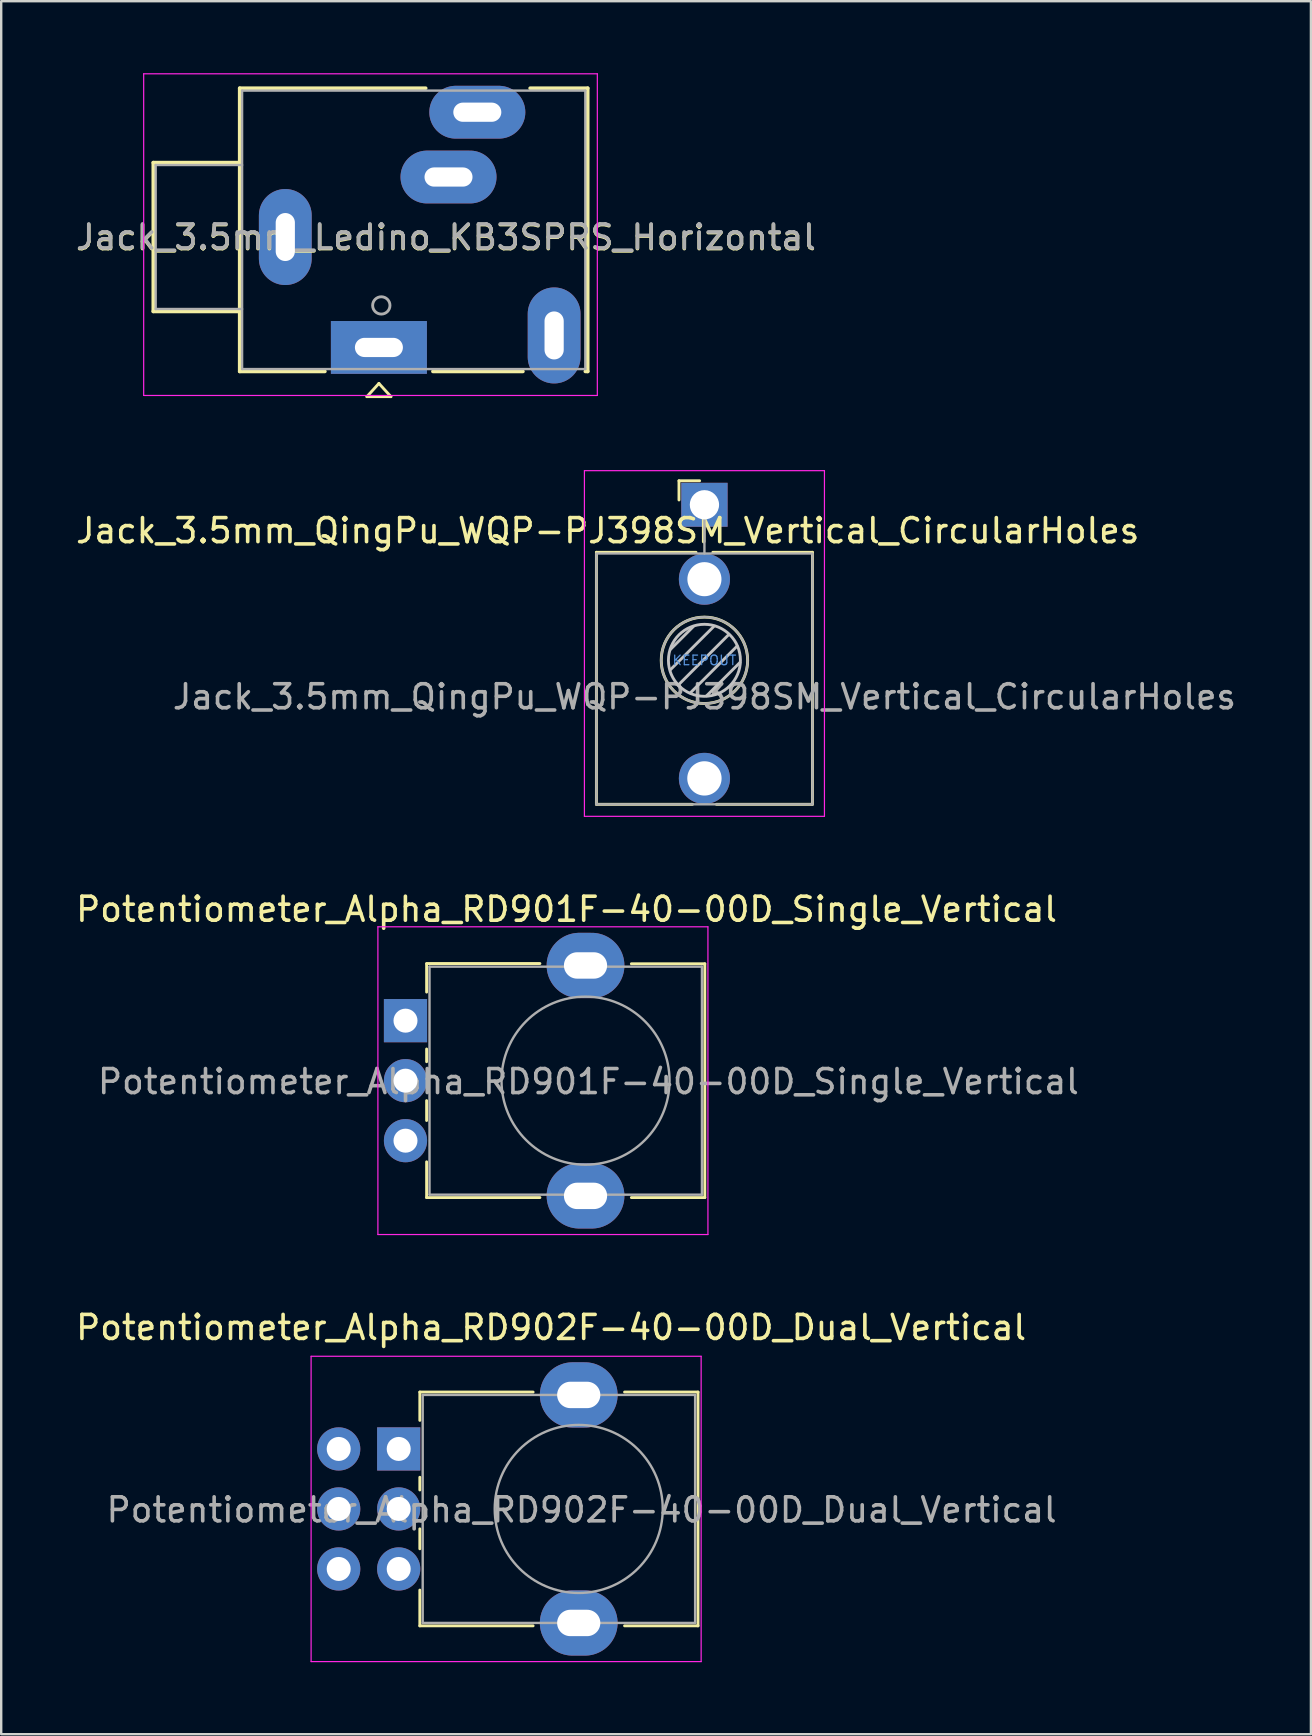
<source format=kicad_pcb>
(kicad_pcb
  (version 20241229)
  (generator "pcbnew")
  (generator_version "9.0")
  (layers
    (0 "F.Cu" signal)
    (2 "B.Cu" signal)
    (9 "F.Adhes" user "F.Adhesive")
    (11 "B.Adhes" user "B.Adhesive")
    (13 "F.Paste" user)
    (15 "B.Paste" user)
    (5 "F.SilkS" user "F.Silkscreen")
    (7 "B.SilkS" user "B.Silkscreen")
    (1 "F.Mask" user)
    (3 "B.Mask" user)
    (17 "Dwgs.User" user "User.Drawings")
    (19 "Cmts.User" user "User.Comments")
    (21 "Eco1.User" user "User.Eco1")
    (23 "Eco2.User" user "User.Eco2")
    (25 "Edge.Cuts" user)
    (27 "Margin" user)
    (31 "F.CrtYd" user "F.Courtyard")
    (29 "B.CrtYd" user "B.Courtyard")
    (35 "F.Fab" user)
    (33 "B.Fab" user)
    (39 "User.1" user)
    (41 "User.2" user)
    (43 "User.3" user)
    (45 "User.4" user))
  (footprint "Potentiometer_Alpha_RD901F-40-00D_Single_Vertical"
    (layer "F.Cu")
    (at 13.844 39.473)
    (property "Reference" "Potentiometer_Alpha_RD901F-40-00D_Single_Vertical" (at 6.71 -4.64 180) (layer "F.SilkS") (effects (font (size 1 1) (thickness 0.15))))
    (attr through_hole)
    (fp_line (start 0.88 -2.38) (end 5.6 -2.38) (stroke (width 0.12) (type solid)) (layer "F.SilkS"))
    (fp_line (start 0.88 -1.19) (end 0.88 -2.37) (stroke (width 0.12) (type solid)) (layer "F.SilkS"))
    (fp_line (start 0.88 1.71) (end 0.88 1.18) (stroke (width 0.12) (type solid)) (layer "F.SilkS"))
    (fp_line (start 0.88 4.16) (end 0.88 3.33) (stroke (width 0.12) (type solid)) (layer "F.SilkS"))
    (fp_line (start 0.88 7.37) (end 0.88 5.88) (stroke (width 0.12) (type solid)) (layer "F.SilkS"))
    (fp_line (start 0.88 7.37) (end 5.6 7.37) (stroke (width 0.12) (type solid)) (layer "F.SilkS"))
    (fp_line (start 9.41 -2.37) (end 12.47 -2.37) (stroke (width 0.12) (type solid)) (layer "F.SilkS"))
    (fp_line (start 9.41 7.37) (end 12.47 7.37) (stroke (width 0.12) (type solid)) (layer "F.SilkS"))
    (fp_line (start 12.47 7.37) (end 12.47 -2.37) (stroke (width 0.12) (type solid)) (layer "F.SilkS"))
    (fp_line (start -1.15 -3.91) (end -1.15 8.91) (stroke (width 0.05) (type solid)) (layer "F.CrtYd"))
    (fp_line (start -1.15 8.91) (end 12.6 8.91) (stroke (width 0.05) (type solid)) (layer "F.CrtYd"))
    (fp_line (start 12.6 -3.91) (end -1.15 -3.91) (stroke (width 0.05) (type solid)) (layer "F.CrtYd"))
    (fp_line (start 12.6 8.91) (end 12.6 -3.91) (stroke (width 0.05) (type solid)) (layer "F.CrtYd"))
    (fp_line (start 1 -2.25) (end 12.35 -2.25) (stroke (width 0.1) (type solid)) (layer "F.Fab"))
    (fp_line (start 1 7.25) (end 1 -2.25) (stroke (width 0.1) (type solid)) (layer "F.Fab"))
    (fp_line (start 1 7.25) (end 12.35 7.25) (stroke (width 0.1) (type solid)) (layer "F.Fab"))
    (fp_line (start 12.35 7.25) (end 12.35 -2.25) (stroke (width 0.1) (type solid)) (layer "F.Fab"))
    (fp_circle (center 7.5 2.5) (end 7.5 -1) (stroke (width 0.1) (type solid)) (fill no) (layer "F.Fab"))
    (fp_text user "${REFERENCE}" (at 7.62 2.54 0) (layer "F.Fab") (effects (font (size 1 1) (thickness 0.15))))
    (pad "" thru_hole oval (at 7.5 -2.3 90) (size 2.72 3.24) (drill oval 1.1 1.8) (layers "*.Cu" "*.Mask"))
    (pad "" thru_hole oval (at 7.5 7.3 90) (size 2.72 3.24) (drill oval 1.1 1.8) (layers "*.Cu" "*.Mask"))
    (pad "1" thru_hole rect (at 0 0 90) (size 1.8 1.8) (drill 1) (layers "*.Cu" "*.Mask"))
    (pad "2" thru_hole circle (at 0 2.5 90) (size 1.8 1.8) (drill 1) (layers "*.Cu" "*.Mask"))
    (pad "3" thru_hole circle (at 0 5 90) (size 1.8 1.8) (drill 1) (layers "*.Cu" "*.Mask")))
  (footprint "Jack_3.5mm_Ledino_KB3SPRS_Horizontal"
    (layer "F.Cu")
    (at 12.736 11.425)
    (property "Reference" "Jack_3.5mm_Ledino_KB3SPRS_Horizontal" (at 2.794 -4.572 0) (layer "F.SilkS") (effects (font (size 1 1) (thickness 0.15))))
    (attr through_hole)
    (fp_line (start -9.4 -7.7) (end -9.4 -1.5) (stroke (width 0.15) (type solid)) (layer "F.SilkS"))
    (fp_line (start -9.4 -1.5) (end -5.8 -1.5) (stroke (width 0.15) (type solid)) (layer "F.SilkS"))
    (fp_line (start -5.8 -10.8) (end 1.95 -10.8) (stroke (width 0.15) (type solid)) (layer "F.SilkS"))
    (fp_line (start -5.8 -7.7) (end -9.4 -7.7) (stroke (width 0.15) (type solid)) (layer "F.SilkS"))
    (fp_line (start -5.8 1) (end -5.8 -10.8) (stroke (width 0.15) (type solid)) (layer "F.SilkS"))
    (fp_line (start -2.25 1) (end -5.8 1) (stroke (width 0.15) (type solid)) (layer "F.SilkS"))
    (fp_line (start -0.5 2.05) (end 0.5 2.05) (stroke (width 0.12) (type solid)) (layer "F.SilkS"))
    (fp_line (start 0 1.5) (end -0.5 2.05) (stroke (width 0.12) (type solid)) (layer "F.SilkS"))
    (fp_line (start 0.5 2.05) (end 0 1.5) (stroke (width 0.12) (type solid)) (layer "F.SilkS"))
    (fp_line (start 6 1) (end 2.25 1) (stroke (width 0.15) (type solid)) (layer "F.SilkS"))
    (fp_line (start 6.3 -10.8) (end 8.7 -10.8) (stroke (width 0.15) (type solid)) (layer "F.SilkS"))
    (fp_line (start 8.7 -10.8) (end 8.7 1) (stroke (width 0.15) (type solid)) (layer "F.SilkS"))
    (fp_line (start 8.7 1) (end 8.6 1) (stroke (width 0.15) (type solid)) (layer "F.SilkS"))
    (fp_line (start -9.8 -11.4) (end -9.8 2) (stroke (width 0.05) (type solid)) (layer "F.CrtYd"))
    (fp_line (start -9.8 2) (end 9.1 2) (stroke (width 0.05) (type solid)) (layer "F.CrtYd"))
    (fp_line (start 9.1 -11.4) (end -9.8 -11.4) (stroke (width 0.05) (type solid)) (layer "F.CrtYd"))
    (fp_line (start 9.1 2) (end 9.1 -11.4) (stroke (width 0.05) (type solid)) (layer "F.CrtYd"))
    (fp_line (start -9.3 -7.6) (end -9.3 -1.6) (stroke (width 0.1) (type solid)) (layer "F.Fab"))
    (fp_line (start -9.3 -7.6) (end -5.7 -7.6) (stroke (width 0.1) (type solid)) (layer "F.Fab"))
    (fp_line (start -9.3 -1.6) (end -5.7 -1.6) (stroke (width 0.1) (type solid)) (layer "F.Fab"))
    (fp_line (start -5.7 -10.7) (end -5.7 0.9) (stroke (width 0.1) (type solid)) (layer "F.Fab"))
    (fp_line (start -5.7 0.9) (end 8.6 0.9) (stroke (width 0.1) (type solid)) (layer "F.Fab"))
    (fp_line (start 8.6 -10.7) (end -5.7 -10.7) (stroke (width 0.1) (type solid)) (layer "F.Fab"))
    (fp_line (start 8.6 0.9) (end 8.6 -10.7) (stroke (width 0.1) (type solid)) (layer "F.Fab"))
    (fp_circle (center 0.1 -1.75) (end 0.4 -1.55) (stroke (width 0.12) (type solid)) (fill no) (layer "F.Fab"))
    (fp_text user "${REFERENCE}" (at 2.794 -4.6 0) (layer "F.Fab") (effects (font (size 1 1) (thickness 0.15))))
    (pad "G" thru_hole oval (at -3.9 -4.6) (size 2.2 4) (drill oval 0.8 2) (layers "*.Cu" "*.Mask"))
    (pad "S" thru_hole oval (at 4.1 -9.8) (size 4 2.2) (drill oval 2 0.8) (layers "*.Cu" "*.Mask"))
    (pad "SN" thru_hole oval (at 2.9 -7.1) (size 4 2.2) (drill oval 2 0.8) (layers "*.Cu" "*.Mask"))
    (pad "T" thru_hole rect (at 0 0) (size 4 2.2) (drill oval 2 0.8) (layers "*.Cu" "*.Mask"))
    (pad "TN" thru_hole oval (at 7.3 -0.5 90) (size 4 2.2) (drill oval 2 0.8) (layers "*.Cu" "*.Mask")))
  (footprint "Jack_3.5mm_QingPu_WQP-PJ398SM_Vertical_CircularHoles"
    (layer "F.Cu")
    (at 26.298 17.98)
    (property "Reference" "Jack_3.5mm_QingPu_WQP-PJ398SM_Vertical_CircularHoles" (at -4.03 1.08 180) (layer "F.SilkS") (effects (font (size 1 1) (thickness 0.15))))
    (attr through_hole)
    (fp_line (start -4.5 1.98) (end -4.5 12.48) (stroke (width 0.12) (type solid)) (layer "F.SilkS"))
    (fp_line (start -1.06 -1) (end -1.06 -0.2) (stroke (width 0.12) (type solid)) (layer "F.SilkS"))
    (fp_line (start -1.06 -1) (end -0.2 -1) (stroke (width 0.12) (type solid)) (layer "F.SilkS"))
    (fp_line (start -0.5 12.48) (end -4.5 12.48) (stroke (width 0.12) (type solid)) (layer "F.SilkS"))
    (fp_line (start -0.35 1.98) (end -4.5 1.98) (stroke (width 0.12) (type solid)) (layer "F.SilkS"))
    (fp_line (start 4.5 1.98) (end 0.35 1.98) (stroke (width 0.12) (type solid)) (layer "F.SilkS"))
    (fp_line (start 4.5 1.98) (end 4.5 12.48) (stroke (width 0.12) (type solid)) (layer "F.SilkS"))
    (fp_line (start 4.5 12.48) (end 0.5 12.48) (stroke (width 0.12) (type solid)) (layer "F.SilkS"))
    (fp_circle (center 0 6.48) (end 1.8 6.48) (stroke (width 0.12) (type solid)) (fill no) (layer "F.SilkS"))
    (fp_line (start -1.42 6.875) (end 0.4 5.06) (stroke (width 0.12) (type solid)) (layer "Dwgs.User"))
    (fp_line (start -1.41 6.02) (end -0.46 5.07) (stroke (width 0.12) (type solid)) (layer "Dwgs.User"))
    (fp_line (start -1.07 7.49) (end 1.01 5.41) (stroke (width 0.12) (type solid)) (layer "Dwgs.User"))
    (fp_line (start -0.58 7.83) (end 1.36 5.89) (stroke (width 0.12) (type solid)) (layer "Dwgs.User"))
    (fp_line (start 0.09 7.96) (end 1.48 6.57) (stroke (width 0.12) (type solid)) (layer "Dwgs.User"))
    (fp_circle (center 0 6.48) (end 1.5 6.48) (stroke (width 0.12) (type solid)) (fill no) (layer "Dwgs.User"))
    (fp_line (start -5 12.98) (end -5 -1.42) (stroke (width 0.05) (type solid)) (layer "F.CrtYd"))
    (fp_line (start 5 -1.42) (end -5 -1.42) (stroke (width 0.05) (type solid)) (layer "F.CrtYd"))
    (fp_line (start 5 12.98) (end -5 12.98) (stroke (width 0.05) (type solid)) (layer "F.CrtYd"))
    (fp_line (start 5 12.98) (end 5 -1.42) (stroke (width 0.05) (type solid)) (layer "F.CrtYd"))
    (fp_line (start -4.5 12.48) (end -4.5 2.08) (stroke (width 0.1) (type solid)) (layer "F.Fab"))
    (fp_line (start 0 0) (end 0 2.03) (stroke (width 0.1) (type solid)) (layer "F.Fab"))
    (fp_line (start 4.5 2.03) (end -4.5 2.03) (stroke (width 0.1) (type solid)) (layer "F.Fab"))
    (fp_line (start 4.5 12.48) (end -4.5 12.48) (stroke (width 0.1) (type solid)) (layer "F.Fab"))
    (fp_line (start 4.5 12.48) (end 4.5 2.08) (stroke (width 0.1) (type solid)) (layer "F.Fab"))
    (fp_circle (center 0 6.48) (end 1.8 6.48) (stroke (width 0.1) (type solid)) (fill no) (layer "F.Fab"))
    (fp_text user "KEEPOUT" (at 0 6.48 0) (layer "Cmts.User") (effects (font (size 0.4 0.4) (thickness 0.051))))
    (fp_text user "${REFERENCE}" (at 0 8 180) (layer "F.Fab") (effects (font (size 1 1) (thickness 0.15))))
    (pad "S" thru_hole rect (at 0 0 180) (size 1.93 1.83) (drill 1.22) (layers "*.Cu" "*.Mask"))
    (pad "T" thru_hole circle (at 0 11.4 180) (size 2.13 2.13) (drill 1.43) (layers "*.Cu" "*.Mask"))
    (pad "TN" thru_hole circle (at 0 3.1 180) (size 2.13 2.13) (drill 1.42) (layers "*.Cu" "*.Mask")))
  (footprint "Potentiometer_Alpha_RD902F-40-00D_Dual_Vertical"
    (layer "F.Cu")
    (at 13.561 57.316)
    (property "Reference" "Potentiometer_Alpha_RD902F-40-00D_Dual_Vertical" (at 6.35 -5.06 180) (layer "F.SilkS") (effects (font (size 1 1) (thickness 0.15))))
    (attr through_hole)
    (fp_line (start 0.88 -2.37) (end 5.6 -2.37) (stroke (width 0.12) (type solid)) (layer "F.SilkS"))
    (fp_line (start 0.88 -1.19) (end 0.88 -2.37) (stroke (width 0.12) (type solid)) (layer "F.SilkS"))
    (fp_line (start 0.88 1.71) (end 0.88 1.18) (stroke (width 0.12) (type solid)) (layer "F.SilkS"))
    (fp_line (start 0.88 4.16) (end 0.88 3.33) (stroke (width 0.12) (type solid)) (layer "F.SilkS"))
    (fp_line (start 0.88 7.37) (end 0.88 5.88) (stroke (width 0.12) (type solid)) (layer "F.SilkS"))
    (fp_line (start 0.88 7.37) (end 5.6 7.37) (stroke (width 0.12) (type solid)) (layer "F.SilkS"))
    (fp_line (start 9.41 -2.37) (end 12.47 -2.37) (stroke (width 0.12) (type solid)) (layer "F.SilkS"))
    (fp_line (start 9.41 7.37) (end 12.47 7.37) (stroke (width 0.12) (type solid)) (layer "F.SilkS"))
    (fp_line (start 12.47 7.37) (end 12.47 -2.37) (stroke (width 0.12) (type solid)) (layer "F.SilkS"))
    (fp_line (start -3.65 -3.86) (end -3.65 8.86) (stroke (width 0.05) (type solid)) (layer "F.CrtYd"))
    (fp_line (start -3.65 8.86) (end 12.6 8.86) (stroke (width 0.05) (type solid)) (layer "F.CrtYd"))
    (fp_line (start 12.6 -3.86) (end -3.65 -3.86) (stroke (width 0.05) (type solid)) (layer "F.CrtYd"))
    (fp_line (start 12.6 8.86) (end 12.6 -3.86) (stroke (width 0.05) (type solid)) (layer "F.CrtYd"))
    (fp_line (start 1 -2.25) (end 12.35 -2.25) (stroke (width 0.1) (type solid)) (layer "F.Fab"))
    (fp_line (start 1 7.25) (end 1 -2.25) (stroke (width 0.1) (type solid)) (layer "F.Fab"))
    (fp_line (start 1 7.25) (end 12.35 7.25) (stroke (width 0.1) (type solid)) (layer "F.Fab"))
    (fp_line (start 12.35 7.25) (end 12.35 -2.25) (stroke (width 0.1) (type solid)) (layer "F.Fab"))
    (fp_circle (center 7.5 2.5) (end 7.5 -1) (stroke (width 0.1) (type solid)) (fill no) (layer "F.Fab"))
    (fp_text user "${REFERENCE}" (at 7.62 2.54 0) (layer "F.Fab") (effects (font (size 1 1) (thickness 0.15))))
    (pad "" thru_hole oval (at 7.5 -2.25 90) (size 2.72 3.24) (drill oval 1.1 1.8) (layers "*.Cu" "*.Mask"))
    (pad "" thru_hole oval (at 7.5 7.25 90) (size 2.72 3.24) (drill oval 1.1 1.8) (layers "*.Cu" "*.Mask"))
    (pad "1" thru_hole rect (at 0 0 90) (size 1.8 1.8) (drill 1) (layers "*.Cu" "*.Mask"))
    (pad "2" thru_hole circle (at 0 2.5 90) (size 1.8 1.8) (drill 1) (layers "*.Cu" "*.Mask"))
    (pad "3" thru_hole circle (at 0 5 90) (size 1.8 1.8) (drill 1) (layers "*.Cu" "*.Mask"))
    (pad "4" thru_hole circle (at -2.5 0 90) (size 1.8 1.8) (drill 1) (layers "*.Cu" "*.Mask"))
    (pad "5" thru_hole circle (at -2.5 2.5 90) (size 1.8 1.8) (drill 1) (layers "*.Cu" "*.Mask"))
    (pad "6" thru_hole circle (at -2.5 5 90) (size 1.8 1.8) (drill 1) (layers "*.Cu" "*.Mask")))
  (gr_rect
    (start -3 -3)
    (end 51.566 69.201)
    (stroke (width 0.1) (type default))
    (fill no)
    (layer "Edge.Cuts")))
</source>
